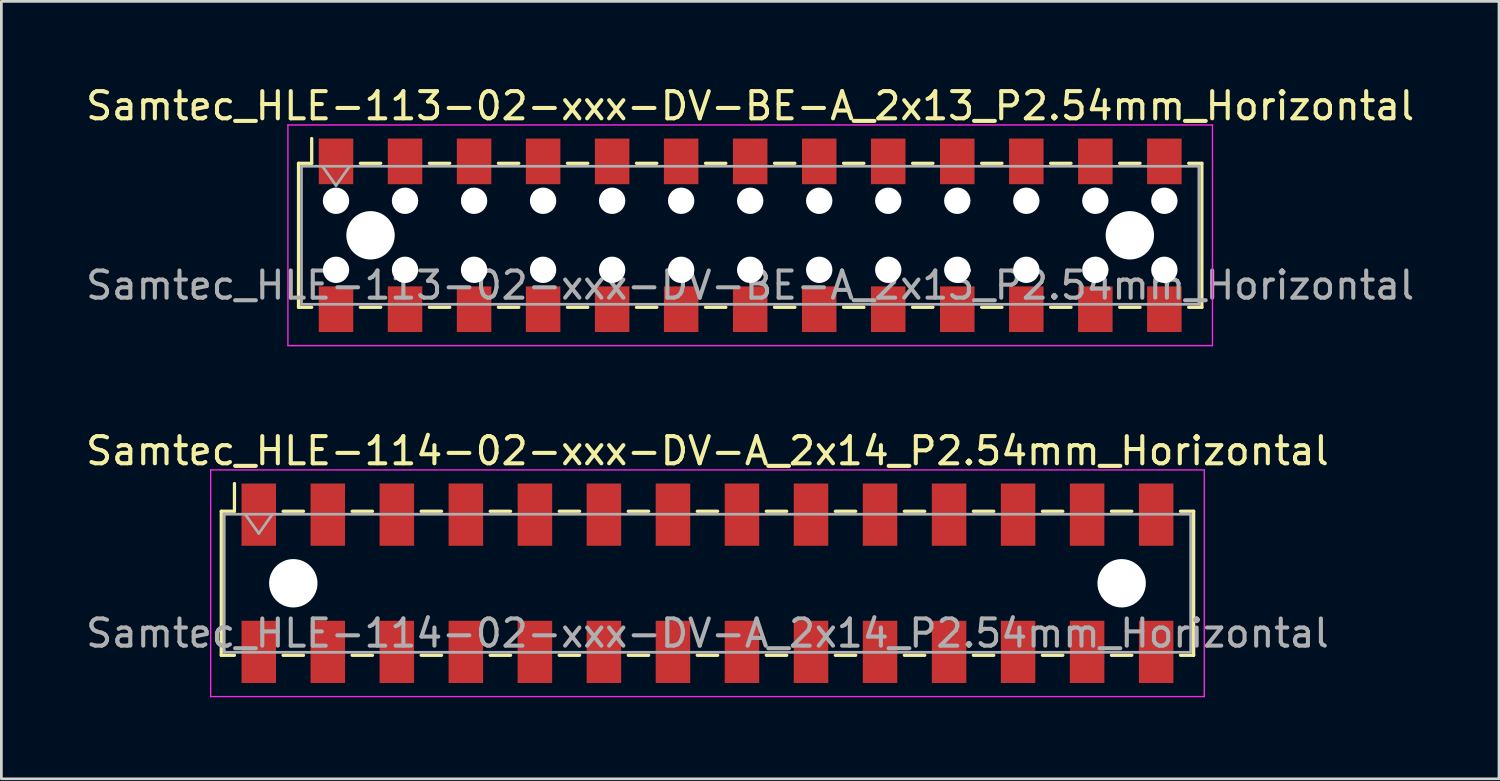
<source format=kicad_pcb>
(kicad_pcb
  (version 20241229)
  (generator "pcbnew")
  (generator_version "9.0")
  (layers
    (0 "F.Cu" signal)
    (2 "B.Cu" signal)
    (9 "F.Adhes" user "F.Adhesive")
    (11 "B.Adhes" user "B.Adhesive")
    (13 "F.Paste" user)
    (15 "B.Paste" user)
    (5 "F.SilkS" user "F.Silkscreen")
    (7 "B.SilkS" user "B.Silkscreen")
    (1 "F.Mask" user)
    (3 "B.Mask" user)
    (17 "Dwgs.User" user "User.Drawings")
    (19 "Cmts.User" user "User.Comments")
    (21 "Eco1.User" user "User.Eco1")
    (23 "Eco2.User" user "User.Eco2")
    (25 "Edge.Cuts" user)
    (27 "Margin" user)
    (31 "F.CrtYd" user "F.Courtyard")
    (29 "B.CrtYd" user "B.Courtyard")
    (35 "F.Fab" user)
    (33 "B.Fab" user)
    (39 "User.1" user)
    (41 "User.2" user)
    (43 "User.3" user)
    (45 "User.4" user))
  (footprint "Samtec_HLE-113-02-xxx-DV-BE-A_2x13_P2.54mm_Horizontal"
    (layer "F.Cu")
    (at 24.554 5.608)
    (property "Reference" "Samtec_HLE-113-02-xxx-DV-BE-A_2x13_P2.54mm_Horizontal" (at 0 -4.76 0) (layer "F.SilkS") (effects (font (size 1 1) (thickness 0.15))))
    (attr smd)
    (fp_line (start -16.62 -2.65) (end -16.62 2.65) (stroke (width 0.12) (type solid)) (layer "F.SilkS"))
    (fp_line (start -16.62 2.65) (end -16.135 2.65) (stroke (width 0.12) (type solid)) (layer "F.SilkS"))
    (fp_line (start -16.135 -3.56) (end -16.135 -2.65) (stroke (width 0.12) (type solid)) (layer "F.SilkS"))
    (fp_line (start -16.135 -2.65) (end -16.62 -2.65) (stroke (width 0.12) (type solid)) (layer "F.SilkS"))
    (fp_line (start -14.345 -2.65) (end -13.595 -2.65) (stroke (width 0.12) (type solid)) (layer "F.SilkS"))
    (fp_line (start -14.345 2.65) (end -13.595 2.65) (stroke (width 0.12) (type solid)) (layer "F.SilkS"))
    (fp_line (start -11.805 -2.65) (end -11.055 -2.65) (stroke (width 0.12) (type solid)) (layer "F.SilkS"))
    (fp_line (start -11.805 2.65) (end -11.055 2.65) (stroke (width 0.12) (type solid)) (layer "F.SilkS"))
    (fp_line (start -9.265 -2.65) (end -8.515 -2.65) (stroke (width 0.12) (type solid)) (layer "F.SilkS"))
    (fp_line (start -9.265 2.65) (end -8.515 2.65) (stroke (width 0.12) (type solid)) (layer "F.SilkS"))
    (fp_line (start -6.725 -2.65) (end -5.975 -2.65) (stroke (width 0.12) (type solid)) (layer "F.SilkS"))
    (fp_line (start -6.725 2.65) (end -5.975 2.65) (stroke (width 0.12) (type solid)) (layer "F.SilkS"))
    (fp_line (start -4.185 -2.65) (end -3.435 -2.65) (stroke (width 0.12) (type solid)) (layer "F.SilkS"))
    (fp_line (start -4.185 2.65) (end -3.435 2.65) (stroke (width 0.12) (type solid)) (layer "F.SilkS"))
    (fp_line (start -1.645 -2.65) (end -0.895 -2.65) (stroke (width 0.12) (type solid)) (layer "F.SilkS"))
    (fp_line (start -1.645 2.65) (end -0.895 2.65) (stroke (width 0.12) (type solid)) (layer "F.SilkS"))
    (fp_line (start 0.895 -2.65) (end 1.645 -2.65) (stroke (width 0.12) (type solid)) (layer "F.SilkS"))
    (fp_line (start 0.895 2.65) (end 1.645 2.65) (stroke (width 0.12) (type solid)) (layer "F.SilkS"))
    (fp_line (start 3.435 -2.65) (end 4.185 -2.65) (stroke (width 0.12) (type solid)) (layer "F.SilkS"))
    (fp_line (start 3.435 2.65) (end 4.185 2.65) (stroke (width 0.12) (type solid)) (layer "F.SilkS"))
    (fp_line (start 5.975 -2.65) (end 6.725 -2.65) (stroke (width 0.12) (type solid)) (layer "F.SilkS"))
    (fp_line (start 5.975 2.65) (end 6.725 2.65) (stroke (width 0.12) (type solid)) (layer "F.SilkS"))
    (fp_line (start 8.515 -2.65) (end 9.265 -2.65) (stroke (width 0.12) (type solid)) (layer "F.SilkS"))
    (fp_line (start 8.515 2.65) (end 9.265 2.65) (stroke (width 0.12) (type solid)) (layer "F.SilkS"))
    (fp_line (start 11.055 -2.65) (end 11.805 -2.65) (stroke (width 0.12) (type solid)) (layer "F.SilkS"))
    (fp_line (start 11.055 2.65) (end 11.805 2.65) (stroke (width 0.12) (type solid)) (layer "F.SilkS"))
    (fp_line (start 13.595 -2.65) (end 14.345 -2.65) (stroke (width 0.12) (type solid)) (layer "F.SilkS"))
    (fp_line (start 13.595 2.65) (end 14.345 2.65) (stroke (width 0.12) (type solid)) (layer "F.SilkS"))
    (fp_line (start 16.135 -2.65) (end 16.62 -2.65) (stroke (width 0.12) (type solid)) (layer "F.SilkS"))
    (fp_line (start 16.62 -2.65) (end 16.62 2.65) (stroke (width 0.12) (type solid)) (layer "F.SilkS"))
    (fp_line (start 16.62 2.65) (end 16.135 2.65) (stroke (width 0.12) (type solid)) (layer "F.SilkS"))
    (fp_line (start -17.01 -4.06) (end 17.01 -4.06) (stroke (width 0.05) (type solid)) (layer "F.CrtYd"))
    (fp_line (start -17.01 4.06) (end -17.01 -4.06) (stroke (width 0.05) (type solid)) (layer "F.CrtYd"))
    (fp_line (start 17.01 -4.06) (end 17.01 4.06) (stroke (width 0.05) (type solid)) (layer "F.CrtYd"))
    (fp_line (start 17.01 4.06) (end -17.01 4.06) (stroke (width 0.05) (type solid)) (layer "F.CrtYd"))
    (fp_line (start -16.51 -2.54) (end 16.51 -2.54) (stroke (width 0.1) (type solid)) (layer "F.Fab"))
    (fp_line (start -16.51 2.54) (end -16.51 -2.54) (stroke (width 0.1) (type solid)) (layer "F.Fab"))
    (fp_line (start -15.74 -2.54) (end -15.24 -1.833) (stroke (width 0.1) (type solid)) (layer "F.Fab"))
    (fp_line (start -15.24 -1.833) (end -14.74 -2.54) (stroke (width 0.1) (type solid)) (layer "F.Fab"))
    (fp_line (start 16.51 -2.54) (end 16.51 2.54) (stroke (width 0.1) (type solid)) (layer "F.Fab"))
    (fp_line (start 16.51 2.54) (end -16.51 2.54) (stroke (width 0.1) (type solid)) (layer "F.Fab"))
    (fp_text user "${REFERENCE}" (at 0 1.84 0) (layer "F.Fab") (effects (font (size 1 1) (thickness 0.15))))
    (pad "" np_thru_hole circle (at -15.24 -1.27) (size 0.97 0.97) (drill 0.97) (layers "*.Cu" "*.Mask"))
    (pad "" np_thru_hole circle (at -15.24 1.27) (size 0.97 0.97) (drill 0.97) (layers "*.Cu" "*.Mask"))
    (pad "" np_thru_hole circle (at -13.97 0) (size 1.78 1.78) (drill 1.78) (layers "*.Cu" "*.Mask"))
    (pad "" np_thru_hole circle (at -12.7 -1.27) (size 0.97 0.97) (drill 0.97) (layers "*.Cu" "*.Mask"))
    (pad "" np_thru_hole circle (at -12.7 1.27) (size 0.97 0.97) (drill 0.97) (layers "*.Cu" "*.Mask"))
    (pad "" np_thru_hole circle (at -10.16 -1.27) (size 0.97 0.97) (drill 0.97) (layers "*.Cu" "*.Mask"))
    (pad "" np_thru_hole circle (at -10.16 1.27) (size 0.97 0.97) (drill 0.97) (layers "*.Cu" "*.Mask"))
    (pad "" np_thru_hole circle (at -7.62 -1.27) (size 0.97 0.97) (drill 0.97) (layers "*.Cu" "*.Mask"))
    (pad "" np_thru_hole circle (at -7.62 1.27) (size 0.97 0.97) (drill 0.97) (layers "*.Cu" "*.Mask"))
    (pad "" np_thru_hole circle (at -5.08 -1.27) (size 0.97 0.97) (drill 0.97) (layers "*.Cu" "*.Mask"))
    (pad "" np_thru_hole circle (at -5.08 1.27) (size 0.97 0.97) (drill 0.97) (layers "*.Cu" "*.Mask"))
    (pad "" np_thru_hole circle (at -2.54 -1.27) (size 0.97 0.97) (drill 0.97) (layers "*.Cu" "*.Mask"))
    (pad "" np_thru_hole circle (at -2.54 1.27) (size 0.97 0.97) (drill 0.97) (layers "*.Cu" "*.Mask"))
    (pad "" np_thru_hole circle (at 0 -1.27) (size 0.97 0.97) (drill 0.97) (layers "*.Cu" "*.Mask"))
    (pad "" np_thru_hole circle (at 0 1.27) (size 0.97 0.97) (drill 0.97) (layers "*.Cu" "*.Mask"))
    (pad "" np_thru_hole circle (at 2.54 -1.27) (size 0.97 0.97) (drill 0.97) (layers "*.Cu" "*.Mask"))
    (pad "" np_thru_hole circle (at 2.54 1.27) (size 0.97 0.97) (drill 0.97) (layers "*.Cu" "*.Mask"))
    (pad "" np_thru_hole circle (at 5.08 -1.27) (size 0.97 0.97) (drill 0.97) (layers "*.Cu" "*.Mask"))
    (pad "" np_thru_hole circle (at 5.08 1.27) (size 0.97 0.97) (drill 0.97) (layers "*.Cu" "*.Mask"))
    (pad "" np_thru_hole circle (at 7.62 -1.27) (size 0.97 0.97) (drill 0.97) (layers "*.Cu" "*.Mask"))
    (pad "" np_thru_hole circle (at 7.62 1.27) (size 0.97 0.97) (drill 0.97) (layers "*.Cu" "*.Mask"))
    (pad "" np_thru_hole circle (at 10.16 -1.27) (size 0.97 0.97) (drill 0.97) (layers "*.Cu" "*.Mask"))
    (pad "" np_thru_hole circle (at 10.16 1.27) (size 0.97 0.97) (drill 0.97) (layers "*.Cu" "*.Mask"))
    (pad "" np_thru_hole circle (at 12.7 -1.27) (size 0.97 0.97) (drill 0.97) (layers "*.Cu" "*.Mask"))
    (pad "" np_thru_hole circle (at 12.7 1.27) (size 0.97 0.97) (drill 0.97) (layers "*.Cu" "*.Mask"))
    (pad "" np_thru_hole circle (at 13.97 0) (size 1.78 1.78) (drill 1.78) (layers "*.Cu" "*.Mask"))
    (pad "" np_thru_hole circle (at 15.24 -1.27) (size 0.97 0.97) (drill 0.97) (layers "*.Cu" "*.Mask"))
    (pad "" np_thru_hole circle (at 15.24 1.27) (size 0.97 0.97) (drill 0.97) (layers "*.Cu" "*.Mask"))
    (pad "1" smd rect (at -15.24 -2.72) (size 1.27 1.68) (layers "F.Cu" "F.Mask" "F.Paste"))
    (pad "2" smd rect (at -15.24 2.72) (size 1.27 1.68) (layers "F.Cu" "F.Mask" "F.Paste"))
    (pad "3" smd rect (at -12.7 -2.72) (size 1.27 1.68) (layers "F.Cu" "F.Mask" "F.Paste"))
    (pad "4" smd rect (at -12.7 2.72) (size 1.27 1.68) (layers "F.Cu" "F.Mask" "F.Paste"))
    (pad "5" smd rect (at -10.16 -2.72) (size 1.27 1.68) (layers "F.Cu" "F.Mask" "F.Paste"))
    (pad "6" smd rect (at -10.16 2.72) (size 1.27 1.68) (layers "F.Cu" "F.Mask" "F.Paste"))
    (pad "7" smd rect (at -7.62 -2.72) (size 1.27 1.68) (layers "F.Cu" "F.Mask" "F.Paste"))
    (pad "8" smd rect (at -7.62 2.72) (size 1.27 1.68) (layers "F.Cu" "F.Mask" "F.Paste"))
    (pad "9" smd rect (at -5.08 -2.72) (size 1.27 1.68) (layers "F.Cu" "F.Mask" "F.Paste"))
    (pad "10" smd rect (at -5.08 2.72) (size 1.27 1.68) (layers "F.Cu" "F.Mask" "F.Paste"))
    (pad "11" smd rect (at -2.54 -2.72) (size 1.27 1.68) (layers "F.Cu" "F.Mask" "F.Paste"))
    (pad "12" smd rect (at -2.54 2.72) (size 1.27 1.68) (layers "F.Cu" "F.Mask" "F.Paste"))
    (pad "13" smd rect (at 0 -2.72) (size 1.27 1.68) (layers "F.Cu" "F.Mask" "F.Paste"))
    (pad "14" smd rect (at 0 2.72) (size 1.27 1.68) (layers "F.Cu" "F.Mask" "F.Paste"))
    (pad "15" smd rect (at 2.54 -2.72) (size 1.27 1.68) (layers "F.Cu" "F.Mask" "F.Paste"))
    (pad "16" smd rect (at 2.54 2.72) (size 1.27 1.68) (layers "F.Cu" "F.Mask" "F.Paste"))
    (pad "17" smd rect (at 5.08 -2.72) (size 1.27 1.68) (layers "F.Cu" "F.Mask" "F.Paste"))
    (pad "18" smd rect (at 5.08 2.72) (size 1.27 1.68) (layers "F.Cu" "F.Mask" "F.Paste"))
    (pad "19" smd rect (at 7.62 -2.72) (size 1.27 1.68) (layers "F.Cu" "F.Mask" "F.Paste"))
    (pad "20" smd rect (at 7.62 2.72) (size 1.27 1.68) (layers "F.Cu" "F.Mask" "F.Paste"))
    (pad "21" smd rect (at 10.16 -2.72) (size 1.27 1.68) (layers "F.Cu" "F.Mask" "F.Paste"))
    (pad "22" smd rect (at 10.16 2.72) (size 1.27 1.68) (layers "F.Cu" "F.Mask" "F.Paste"))
    (pad "23" smd rect (at 12.7 -2.72) (size 1.27 1.68) (layers "F.Cu" "F.Mask" "F.Paste"))
    (pad "24" smd rect (at 12.7 2.72) (size 1.27 1.68) (layers "F.Cu" "F.Mask" "F.Paste"))
    (pad "25" smd rect (at 15.24 -2.72) (size 1.27 1.68) (layers "F.Cu" "F.Mask" "F.Paste"))
    (pad "26" smd rect (at 15.24 2.72) (size 1.27 1.68) (layers "F.Cu" "F.Mask" "F.Paste")))
  (footprint "Samtec_HLE-114-02-xxx-DV-A_2x14_P2.54mm_Horizontal"
    (layer "F.Cu")
    (at 22.982 18.412)
    (property "Reference" "Samtec_HLE-114-02-xxx-DV-A_2x14_P2.54mm_Horizontal" (at 0 -4.87 0) (layer "F.SilkS") (effects (font (size 1 1) (thickness 0.15))))
    (attr smd)
    (fp_line (start -17.89 -2.65) (end -17.89 2.65) (stroke (width 0.12) (type solid)) (layer "F.SilkS"))
    (fp_line (start -17.89 2.65) (end -17.405 2.65) (stroke (width 0.12) (type solid)) (layer "F.SilkS"))
    (fp_line (start -17.405 -3.67) (end -17.405 -2.65) (stroke (width 0.12) (type solid)) (layer "F.SilkS"))
    (fp_line (start -17.405 -2.65) (end -17.89 -2.65) (stroke (width 0.12) (type solid)) (layer "F.SilkS"))
    (fp_line (start -15.615 -2.65) (end -14.865 -2.65) (stroke (width 0.12) (type solid)) (layer "F.SilkS"))
    (fp_line (start -15.615 2.65) (end -14.865 2.65) (stroke (width 0.12) (type solid)) (layer "F.SilkS"))
    (fp_line (start -13.075 -2.65) (end -12.325 -2.65) (stroke (width 0.12) (type solid)) (layer "F.SilkS"))
    (fp_line (start -13.075 2.65) (end -12.325 2.65) (stroke (width 0.12) (type solid)) (layer "F.SilkS"))
    (fp_line (start -10.535 -2.65) (end -9.785 -2.65) (stroke (width 0.12) (type solid)) (layer "F.SilkS"))
    (fp_line (start -10.535 2.65) (end -9.785 2.65) (stroke (width 0.12) (type solid)) (layer "F.SilkS"))
    (fp_line (start -7.995 -2.65) (end -7.245 -2.65) (stroke (width 0.12) (type solid)) (layer "F.SilkS"))
    (fp_line (start -7.995 2.65) (end -7.245 2.65) (stroke (width 0.12) (type solid)) (layer "F.SilkS"))
    (fp_line (start -5.455 -2.65) (end -4.705 -2.65) (stroke (width 0.12) (type solid)) (layer "F.SilkS"))
    (fp_line (start -5.455 2.65) (end -4.705 2.65) (stroke (width 0.12) (type solid)) (layer "F.SilkS"))
    (fp_line (start -2.915 -2.65) (end -2.165 -2.65) (stroke (width 0.12) (type solid)) (layer "F.SilkS"))
    (fp_line (start -2.915 2.65) (end -2.165 2.65) (stroke (width 0.12) (type solid)) (layer "F.SilkS"))
    (fp_line (start -0.375 -2.65) (end 0.375 -2.65) (stroke (width 0.12) (type solid)) (layer "F.SilkS"))
    (fp_line (start -0.375 2.65) (end 0.375 2.65) (stroke (width 0.12) (type solid)) (layer "F.SilkS"))
    (fp_line (start 2.165 -2.65) (end 2.915 -2.65) (stroke (width 0.12) (type solid)) (layer "F.SilkS"))
    (fp_line (start 2.165 2.65) (end 2.915 2.65) (stroke (width 0.12) (type solid)) (layer "F.SilkS"))
    (fp_line (start 4.705 -2.65) (end 5.455 -2.65) (stroke (width 0.12) (type solid)) (layer "F.SilkS"))
    (fp_line (start 4.705 2.65) (end 5.455 2.65) (stroke (width 0.12) (type solid)) (layer "F.SilkS"))
    (fp_line (start 7.245 -2.65) (end 7.995 -2.65) (stroke (width 0.12) (type solid)) (layer "F.SilkS"))
    (fp_line (start 7.245 2.65) (end 7.995 2.65) (stroke (width 0.12) (type solid)) (layer "F.SilkS"))
    (fp_line (start 9.785 -2.65) (end 10.535 -2.65) (stroke (width 0.12) (type solid)) (layer "F.SilkS"))
    (fp_line (start 9.785 2.65) (end 10.535 2.65) (stroke (width 0.12) (type solid)) (layer "F.SilkS"))
    (fp_line (start 12.325 -2.65) (end 13.075 -2.65) (stroke (width 0.12) (type solid)) (layer "F.SilkS"))
    (fp_line (start 12.325 2.65) (end 13.075 2.65) (stroke (width 0.12) (type solid)) (layer "F.SilkS"))
    (fp_line (start 14.865 -2.65) (end 15.615 -2.65) (stroke (width 0.12) (type solid)) (layer "F.SilkS"))
    (fp_line (start 14.865 2.65) (end 15.615 2.65) (stroke (width 0.12) (type solid)) (layer "F.SilkS"))
    (fp_line (start 17.405 -2.65) (end 17.89 -2.65) (stroke (width 0.12) (type solid)) (layer "F.SilkS"))
    (fp_line (start 17.89 -2.65) (end 17.89 2.65) (stroke (width 0.12) (type solid)) (layer "F.SilkS"))
    (fp_line (start 17.89 2.65) (end 17.405 2.65) (stroke (width 0.12) (type solid)) (layer "F.SilkS"))
    (fp_line (start -18.28 -4.17) (end 18.28 -4.17) (stroke (width 0.05) (type solid)) (layer "F.CrtYd"))
    (fp_line (start -18.28 4.17) (end -18.28 -4.17) (stroke (width 0.05) (type solid)) (layer "F.CrtYd"))
    (fp_line (start 18.28 -4.17) (end 18.28 4.17) (stroke (width 0.05) (type solid)) (layer "F.CrtYd"))
    (fp_line (start 18.28 4.17) (end -18.28 4.17) (stroke (width 0.05) (type solid)) (layer "F.CrtYd"))
    (fp_line (start -17.78 -2.54) (end 17.78 -2.54) (stroke (width 0.1) (type solid)) (layer "F.Fab"))
    (fp_line (start -17.78 2.54) (end -17.78 -2.54) (stroke (width 0.1) (type solid)) (layer "F.Fab"))
    (fp_line (start -17.01 -2.54) (end -16.51 -1.833) (stroke (width 0.1) (type solid)) (layer "F.Fab"))
    (fp_line (start -16.51 -1.833) (end -16.01 -2.54) (stroke (width 0.1) (type solid)) (layer "F.Fab"))
    (fp_line (start 17.78 -2.54) (end 17.78 2.54) (stroke (width 0.1) (type solid)) (layer "F.Fab"))
    (fp_line (start 17.78 2.54) (end -17.78 2.54) (stroke (width 0.1) (type solid)) (layer "F.Fab"))
    (fp_text user "${REFERENCE}" (at 0 1.84 0) (layer "F.Fab") (effects (font (size 1 1) (thickness 0.15))))
    (pad "" np_thru_hole circle (at -15.24 0) (size 1.78 1.78) (drill 1.78) (layers "*.Cu" "*.Mask"))
    (pad "" np_thru_hole circle (at 15.24 0) (size 1.78 1.78) (drill 1.78) (layers "*.Cu" "*.Mask"))
    (pad "1" smd rect (at -16.51 -2.525) (size 1.27 2.29) (layers "F.Cu" "F.Mask" "F.Paste"))
    (pad "2" smd rect (at -16.51 2.525) (size 1.27 2.29) (layers "F.Cu" "F.Mask" "F.Paste"))
    (pad "3" smd rect (at -13.97 -2.525) (size 1.27 2.29) (layers "F.Cu" "F.Mask" "F.Paste"))
    (pad "4" smd rect (at -13.97 2.525) (size 1.27 2.29) (layers "F.Cu" "F.Mask" "F.Paste"))
    (pad "5" smd rect (at -11.43 -2.525) (size 1.27 2.29) (layers "F.Cu" "F.Mask" "F.Paste"))
    (pad "6" smd rect (at -11.43 2.525) (size 1.27 2.29) (layers "F.Cu" "F.Mask" "F.Paste"))
    (pad "7" smd rect (at -8.89 -2.525) (size 1.27 2.29) (layers "F.Cu" "F.Mask" "F.Paste"))
    (pad "8" smd rect (at -8.89 2.525) (size 1.27 2.29) (layers "F.Cu" "F.Mask" "F.Paste"))
    (pad "9" smd rect (at -6.35 -2.525) (size 1.27 2.29) (layers "F.Cu" "F.Mask" "F.Paste"))
    (pad "10" smd rect (at -6.35 2.525) (size 1.27 2.29) (layers "F.Cu" "F.Mask" "F.Paste"))
    (pad "11" smd rect (at -3.81 -2.525) (size 1.27 2.29) (layers "F.Cu" "F.Mask" "F.Paste"))
    (pad "12" smd rect (at -3.81 2.525) (size 1.27 2.29) (layers "F.Cu" "F.Mask" "F.Paste"))
    (pad "13" smd rect (at -1.27 -2.525) (size 1.27 2.29) (layers "F.Cu" "F.Mask" "F.Paste"))
    (pad "14" smd rect (at -1.27 2.525) (size 1.27 2.29) (layers "F.Cu" "F.Mask" "F.Paste"))
    (pad "15" smd rect (at 1.27 -2.525) (size 1.27 2.29) (layers "F.Cu" "F.Mask" "F.Paste"))
    (pad "16" smd rect (at 1.27 2.525) (size 1.27 2.29) (layers "F.Cu" "F.Mask" "F.Paste"))
    (pad "17" smd rect (at 3.81 -2.525) (size 1.27 2.29) (layers "F.Cu" "F.Mask" "F.Paste"))
    (pad "18" smd rect (at 3.81 2.525) (size 1.27 2.29) (layers "F.Cu" "F.Mask" "F.Paste"))
    (pad "19" smd rect (at 6.35 -2.525) (size 1.27 2.29) (layers "F.Cu" "F.Mask" "F.Paste"))
    (pad "20" smd rect (at 6.35 2.525) (size 1.27 2.29) (layers "F.Cu" "F.Mask" "F.Paste"))
    (pad "21" smd rect (at 8.89 -2.525) (size 1.27 2.29) (layers "F.Cu" "F.Mask" "F.Paste"))
    (pad "22" smd rect (at 8.89 2.525) (size 1.27 2.29) (layers "F.Cu" "F.Mask" "F.Paste"))
    (pad "23" smd rect (at 11.43 -2.525) (size 1.27 2.29) (layers "F.Cu" "F.Mask" "F.Paste"))
    (pad "24" smd rect (at 11.43 2.525) (size 1.27 2.29) (layers "F.Cu" "F.Mask" "F.Paste"))
    (pad "25" smd rect (at 13.97 -2.525) (size 1.27 2.29) (layers "F.Cu" "F.Mask" "F.Paste"))
    (pad "26" smd rect (at 13.97 2.525) (size 1.27 2.29) (layers "F.Cu" "F.Mask" "F.Paste"))
    (pad "27" smd rect (at 16.51 -2.525) (size 1.27 2.29) (layers "F.Cu" "F.Mask" "F.Paste"))
    (pad "28" smd rect (at 16.51 2.525) (size 1.27 2.29) (layers "F.Cu" "F.Mask" "F.Paste")))
  (gr_rect
    (start -3 -3)
    (end 52.107 25.607)
    (stroke (width 0.1) (type default))
    (fill no)
    (layer "Edge.Cuts")))
</source>
